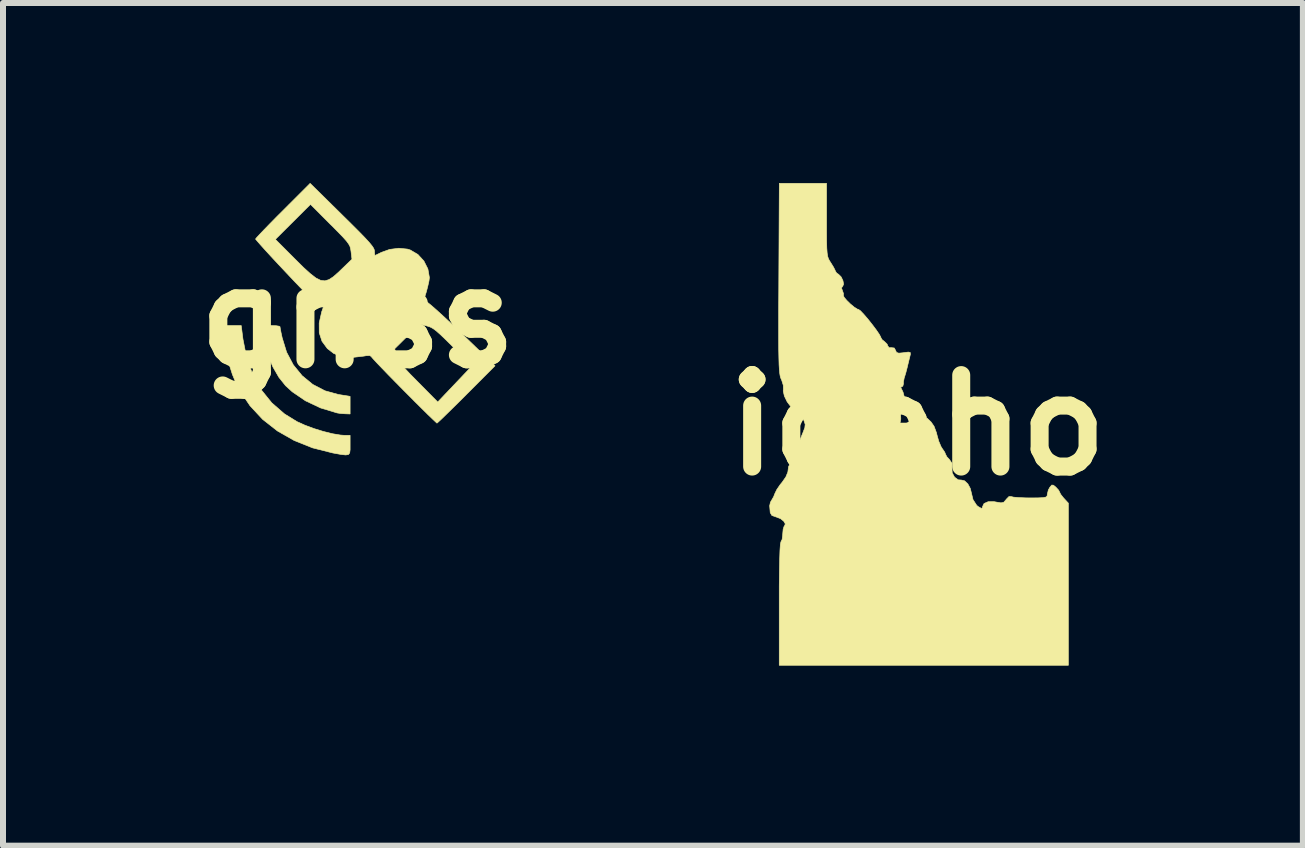
<source format=kicad_pcb>
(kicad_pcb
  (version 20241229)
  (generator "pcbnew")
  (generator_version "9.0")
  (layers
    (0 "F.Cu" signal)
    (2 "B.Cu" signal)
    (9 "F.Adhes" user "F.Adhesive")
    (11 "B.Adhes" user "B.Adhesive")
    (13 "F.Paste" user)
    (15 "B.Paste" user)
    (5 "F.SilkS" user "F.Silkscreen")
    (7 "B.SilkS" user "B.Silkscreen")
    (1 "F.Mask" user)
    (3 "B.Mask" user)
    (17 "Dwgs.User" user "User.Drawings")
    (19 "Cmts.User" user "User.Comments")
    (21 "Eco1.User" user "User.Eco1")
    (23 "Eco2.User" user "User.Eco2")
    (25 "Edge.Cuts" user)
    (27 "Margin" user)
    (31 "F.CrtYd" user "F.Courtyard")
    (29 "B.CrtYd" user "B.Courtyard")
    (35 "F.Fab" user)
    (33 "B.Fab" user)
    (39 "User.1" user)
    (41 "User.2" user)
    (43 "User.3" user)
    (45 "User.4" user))
  (footprint "gnss"
    (layer "F.Cu")
    (at 2.91 2.247)
    (property "Reference" "gnss" (at 0 0 0) (layer "F.SilkS") (effects (font (size 1.524 1.524) (thickness 0.3))))
    (attr through_hole)
    (fp_poly (pts (xy -1.358 0.13) (xy -1.308 0.138) (xy -1.295 0.146) (xy -1.29 0.179) (xy -1.277 0.247) (xy -1.259 0.33) (xy -1.185 0.571) (xy -1.073 0.783) (xy -0.926 0.963) (xy -0.749 1.108) (xy -0.545 1.214) (xy -0.317 1.277) (xy -0.306 1.278) (xy -0.127 1.307) (xy -0.127 1.6) (xy -0.21 1.597) (xy -0.285 1.592) (xy -0.343 1.583) (xy -0.618 1.5) (xy -0.87 1.381) (xy -1.09 1.231) (xy -1.202 1.129) (xy -1.313 0.99) (xy -1.412 0.819) (xy -1.493 0.631) (xy -1.549 0.44) (xy -1.574 0.265) (xy -1.575 0.236) (xy -1.575 0.127) (xy -1.435 0.127) (xy -1.358 0.13)) (stroke (width 0.01) (type solid)) (fill yes) (layer "F.SilkS"))
    (fp_poly (pts (xy -1.912 0.354) (xy -1.851 0.663) (xy -1.749 0.945) (xy -1.609 1.196) (xy -1.432 1.415) (xy -1.219 1.6) (xy -1.011 1.728) (xy -0.883 1.786) (xy -0.733 1.842) (xy -0.574 1.891) (xy -0.422 1.929) (xy -0.291 1.951) (xy -0.225 1.956) (xy -0.127 1.956) (xy -0.127 2.121) (xy -0.127 2.198) (xy -0.134 2.249) (xy -0.155 2.276) (xy -0.2 2.283) (xy -0.276 2.275) (xy -0.392 2.254) (xy -0.419 2.249) (xy -0.752 2.165) (xy -1.059 2.042) (xy -1.338 1.883) (xy -1.584 1.69) (xy -1.794 1.464) (xy -1.966 1.209) (xy -2.021 1.103) (xy -2.088 0.942) (xy -2.149 0.75) (xy -2.201 0.547) (xy -2.237 0.352) (xy -2.246 0.286) (xy -2.263 0.127) (xy -2.102 0.127) (xy -1.941 0.127) (xy -1.912 0.354)) (stroke (width 0.01) (type solid)) (fill yes) (layer "F.SilkS"))
    (fp_poly (pts (xy -0.257 -1.714) (xy -0.099 -1.558) (xy 0.025 -1.434) (xy 0.12 -1.336) (xy 0.189 -1.261) (xy 0.236 -1.204) (xy 0.264 -1.162) (xy 0.277 -1.131) (xy 0.279 -1.114) (xy 0.282 -1.062) (xy 0.287 -1.041) (xy 0.312 -1.052) (xy 0.366 -1.078) (xy 0.391 -1.091) (xy 0.533 -1.142) (xy 0.685 -1.161) (xy 0.828 -1.147) (xy 0.876 -1.132) (xy 1.002 -1.058) (xy 1.102 -0.949) (xy 1.169 -0.816) (xy 1.194 -0.673) (xy 1.194 -0.672) (xy 1.187 -0.616) (xy 1.168 -0.531) (xy 1.144 -0.438) (xy 1.118 -0.355) (xy 1.106 -0.324) (xy 1.102 -0.288) (xy 1.13 -0.279) (xy 1.159 -0.262) (xy 1.219 -0.214) (xy 1.305 -0.139) (xy 1.413 -0.041) (xy 1.538 0.075) (xy 1.676 0.205) (xy 1.731 0.259) (xy 2.288 0.797) (xy 1.811 1.275) (xy 1.684 1.402) (xy 1.568 1.516) (xy 1.469 1.613) (xy 1.392 1.688) (xy 1.34 1.736) (xy 1.32 1.753) (xy 1.3 1.735) (xy 1.248 1.686) (xy 1.169 1.61) (xy 1.069 1.511) (xy 0.95 1.393) (xy 0.819 1.261) (xy 0.771 1.213) (xy 0.636 1.076) (xy 0.512 0.95) (xy 0.405 0.839) (xy 0.319 0.749) (xy 0.259 0.684) (xy 0.228 0.648) (xy 0.225 0.643) (xy 0.201 0.627) (xy 0.141 0.629) (xy 0.102 0.636) (xy -0.095 0.659) (xy -0.261 0.645) (xy -0.4 0.592) (xy -0.502 0.513) (xy 0.616 0.513) (xy 0.639 0.618) (xy 0.653 0.662) (xy 0.678 0.709) (xy 0.72 0.766) (xy 0.783 0.839) (xy 0.872 0.934) (xy 0.993 1.057) (xy 0.998 1.062) (xy 1.333 1.401) (xy 1.904 0.8) (xy 1.585 0.48) (xy 1.466 0.362) (xy 1.376 0.276) (xy 1.307 0.215) (xy 1.252 0.175) (xy 1.204 0.15) (xy 1.158 0.135) (xy 1.147 0.132) (xy 1.029 0.105) (xy 0.822 0.309) (xy 0.616 0.513) (xy -0.502 0.513) (xy -0.506 0.51) (xy -0.595 0.389) (xy -0.641 0.248) (xy -0.642 0.084) (xy -0.6 -0.103) (xy -0.57 -0.186) (xy -0.564 -0.219) (xy -0.593 -0.227) (xy -0.618 -0.225) (xy -0.641 -0.226) (xy -0.67 -0.238) (xy -0.709 -0.266) (xy -0.762 -0.312) (xy -0.833 -0.38) (xy -0.925 -0.474) (xy -1.044 -0.598) (xy -1.193 -0.756) (xy -1.323 -0.894) (xy -1.44 -1.02) (xy -1.541 -1.13) (xy -1.62 -1.218) (xy -1.675 -1.281) (xy -1.698 -1.309) (xy -1.372 -1.309) (xy -1.048 -0.984) (xy -0.905 -0.842) (xy -0.789 -0.737) (xy -0.696 -0.665) (xy -0.617 -0.626) (xy -0.546 -0.618) (xy -0.478 -0.639) (xy -0.405 -0.687) (xy -0.32 -0.762) (xy -0.287 -0.794) (xy -0.096 -0.978) (xy -0.111 -1.104) (xy -0.118 -1.15) (xy -0.129 -1.191) (xy -0.151 -1.232) (xy -0.187 -1.281) (xy -0.244 -1.345) (xy -0.326 -1.43) (xy -0.438 -1.543) (xy -0.457 -1.561) (xy -0.787 -1.892) (xy -1.372 -1.309) (xy -1.698 -1.309) (xy -1.701 -1.312) (xy -1.702 -1.315) (xy -1.685 -1.337) (xy -1.636 -1.39) (xy -1.561 -1.469) (xy -1.464 -1.569) (xy -1.351 -1.684) (xy -1.247 -1.788) (xy -0.793 -2.242) (xy -0.257 -1.714)) (stroke (width 0.01) (type solid)) (fill yes) (layer "F.SilkS")))
  (footprint "idaho"
    (layer "F.Cu")
    (at 12.239 4.034)
    (property "Reference" "idaho" (at 0 0 0) (layer "F.SilkS") (effects (font (size 1.524 1.524) (thickness 0.3))))
    (attr through_hole)
    (fp_poly (pts (xy -1.518 -3.42) (xy -1.518 -3.216) (xy -1.517 -3.063) (xy -1.514 -2.95) (xy -1.508 -2.869) (xy -1.499 -2.812) (xy -1.485 -2.77) (xy -1.465 -2.734) (xy -1.445 -2.703) (xy -1.401 -2.632) (xy -1.375 -2.58) (xy -1.372 -2.569) (xy -1.35 -2.535) (xy -1.317 -2.513) (xy -1.275 -2.471) (xy -1.245 -2.409) (xy -1.234 -2.35) (xy -1.249 -2.314) (xy -1.253 -2.312) (xy -1.269 -2.285) (xy -1.254 -2.245) (xy -1.235 -2.19) (xy -1.238 -2.165) (xy -1.227 -2.134) (xy -1.183 -2.081) (xy -1.122 -2.021) (xy -1.057 -1.967) (xy -1.003 -1.933) (xy -0.983 -1.927) (xy -0.952 -1.905) (xy -0.898 -1.848) (xy -0.829 -1.768) (xy -0.757 -1.677) (xy -0.69 -1.588) (xy -0.639 -1.513) (xy -0.614 -1.466) (xy -0.613 -1.459) (xy -0.591 -1.423) (xy -0.555 -1.395) (xy -0.509 -1.35) (xy -0.496 -1.318) (xy -0.474 -1.29) (xy -0.44 -1.292) (xy -0.389 -1.286) (xy -0.369 -1.248) (xy -0.352 -1.212) (xy -0.314 -1.2) (xy -0.239 -1.207) (xy -0.232 -1.209) (xy -0.156 -1.218) (xy -0.124 -1.212) (xy -0.121 -1.182) (xy -0.126 -1.161) (xy -0.143 -1.092) (xy -0.166 -0.997) (xy -0.174 -0.963) (xy -0.197 -0.874) (xy -0.218 -0.805) (xy -0.224 -0.788) (xy -0.237 -0.72) (xy -0.236 -0.693) (xy -0.247 -0.65) (xy -0.264 -0.642) (xy -0.283 -0.628) (xy -0.27 -0.606) (xy -0.244 -0.552) (xy -0.225 -0.482) (xy -0.207 -0.402) (xy -0.19 -0.347) (xy -0.195 -0.303) (xy -0.236 -0.283) (xy -0.281 -0.259) (xy -0.288 -0.209) (xy -0.284 -0.186) (xy -0.281 -0.1) (xy -0.293 -0.04) (xy -0.302 0.006) (xy -0.277 0.044) (xy -0.212 0.088) (xy -0.142 0.125) (xy -0.103 0.133) (xy -0.076 0.111) (xy -0.071 0.105) (xy -0.028 0.066) (xy -0.005 0.058) (xy 0.032 0.037) (xy 0.082 -0.016) (xy 0.092 -0.029) (xy 0.157 -0.117) (xy 0.223 -0.054) (xy 0.273 0.018) (xy 0.313 0.125) (xy 0.322 0.163) (xy 0.351 0.266) (xy 0.389 0.356) (xy 0.41 0.39) (xy 0.45 0.448) (xy 0.467 0.489) (xy 0.467 0.489) (xy 0.487 0.527) (xy 0.528 0.571) (xy 0.572 0.634) (xy 0.571 0.712) (xy 0.576 0.795) (xy 0.615 0.866) (xy 0.675 0.91) (xy 0.729 0.914) (xy 0.782 0.927) (xy 0.836 0.978) (xy 0.876 1.052) (xy 0.889 1.103) (xy 0.922 1.24) (xy 0.984 1.336) (xy 1.01 1.357) (xy 1.06 1.385) (xy 1.078 1.379) (xy 1.08 1.359) (xy 1.106 1.305) (xy 1.174 1.275) (xy 1.272 1.274) (xy 1.311 1.281) (xy 1.389 1.294) (xy 1.434 1.284) (xy 1.47 1.244) (xy 1.474 1.237) (xy 1.521 1.189) (xy 1.556 1.189) (xy 1.599 1.199) (xy 1.686 1.206) (xy 1.801 1.211) (xy 1.876 1.212) (xy 2.007 1.211) (xy 2.09 1.207) (xy 2.136 1.198) (xy 2.156 1.181) (xy 2.16 1.154) (xy 2.16 1.151) (xy 2.177 1.08) (xy 2.202 1.035) (xy 2.234 0.997) (xy 2.263 1) (xy 2.304 1.034) (xy 2.349 1.083) (xy 2.365 1.115) (xy 2.383 1.152) (xy 2.428 1.209) (xy 2.438 1.22) (xy 2.511 1.299) (xy 2.511 4) (xy -2.306 4) (xy -2.306 2.98) (xy -2.306 2.685) (xy -2.303 2.435) (xy -2.299 2.234) (xy -2.294 2.083) (xy -2.287 1.985) (xy -2.278 1.943) (xy -2.277 1.941) (xy -2.258 1.903) (xy -2.249 1.831) (xy -2.248 1.81) (xy -2.241 1.733) (xy -2.225 1.684) (xy -2.219 1.679) (xy -2.205 1.645) (xy -2.231 1.6) (xy -2.285 1.557) (xy -2.355 1.53) (xy -2.357 1.53) (xy -2.429 1.504) (xy -2.456 1.458) (xy -2.457 1.449) (xy -2.463 1.377) (xy -2.466 1.343) (xy -2.453 1.284) (xy -2.436 1.255) (xy -2.4 1.193) (xy -2.379 1.139) (xy -2.347 1.073) (xy -2.291 0.991) (xy -2.258 0.951) (xy -2.196 0.862) (xy -2.163 0.782) (xy -2.16 0.76) (xy -2.151 0.692) (xy -2.133 0.655) (xy -2.11 0.616) (xy -2.074 0.537) (xy -2.034 0.438) (xy -2.034 0.438) (xy -1.988 0.318) (xy -1.942 0.199) (xy -1.911 0.123) (xy -1.88 0.042) (xy -1.874 -0.014) (xy -1.893 -0.072) (xy -1.906 -0.102) (xy -1.961 -0.181) (xy -2.029 -0.241) (xy -2.036 -0.244) (xy -2.108 -0.302) (xy -2.174 -0.389) (xy -2.221 -0.486) (xy -2.24 -0.571) (xy -2.237 -0.595) (xy -2.239 -0.666) (xy -2.266 -0.752) (xy -2.271 -0.762) (xy -2.282 -0.787) (xy -2.291 -0.82) (xy -2.298 -0.864) (xy -2.304 -0.925) (xy -2.309 -1.008) (xy -2.312 -1.117) (xy -2.315 -1.257) (xy -2.316 -1.433) (xy -2.316 -1.65) (xy -2.316 -1.913) (xy -2.314 -2.227) (xy -2.313 -2.445) (xy -2.305 -4.029) (xy -1.518 -4.029) (xy -1.518 -3.42)) (stroke (width 0.01) (type solid)) (fill yes) (layer "F.SilkS")))
  (gr_rect
    (start -3 -3)
    (end 18.657 11.039)
    (stroke (width 0.1) (type default))
    (fill no)
    (layer "Edge.Cuts")))
</source>
